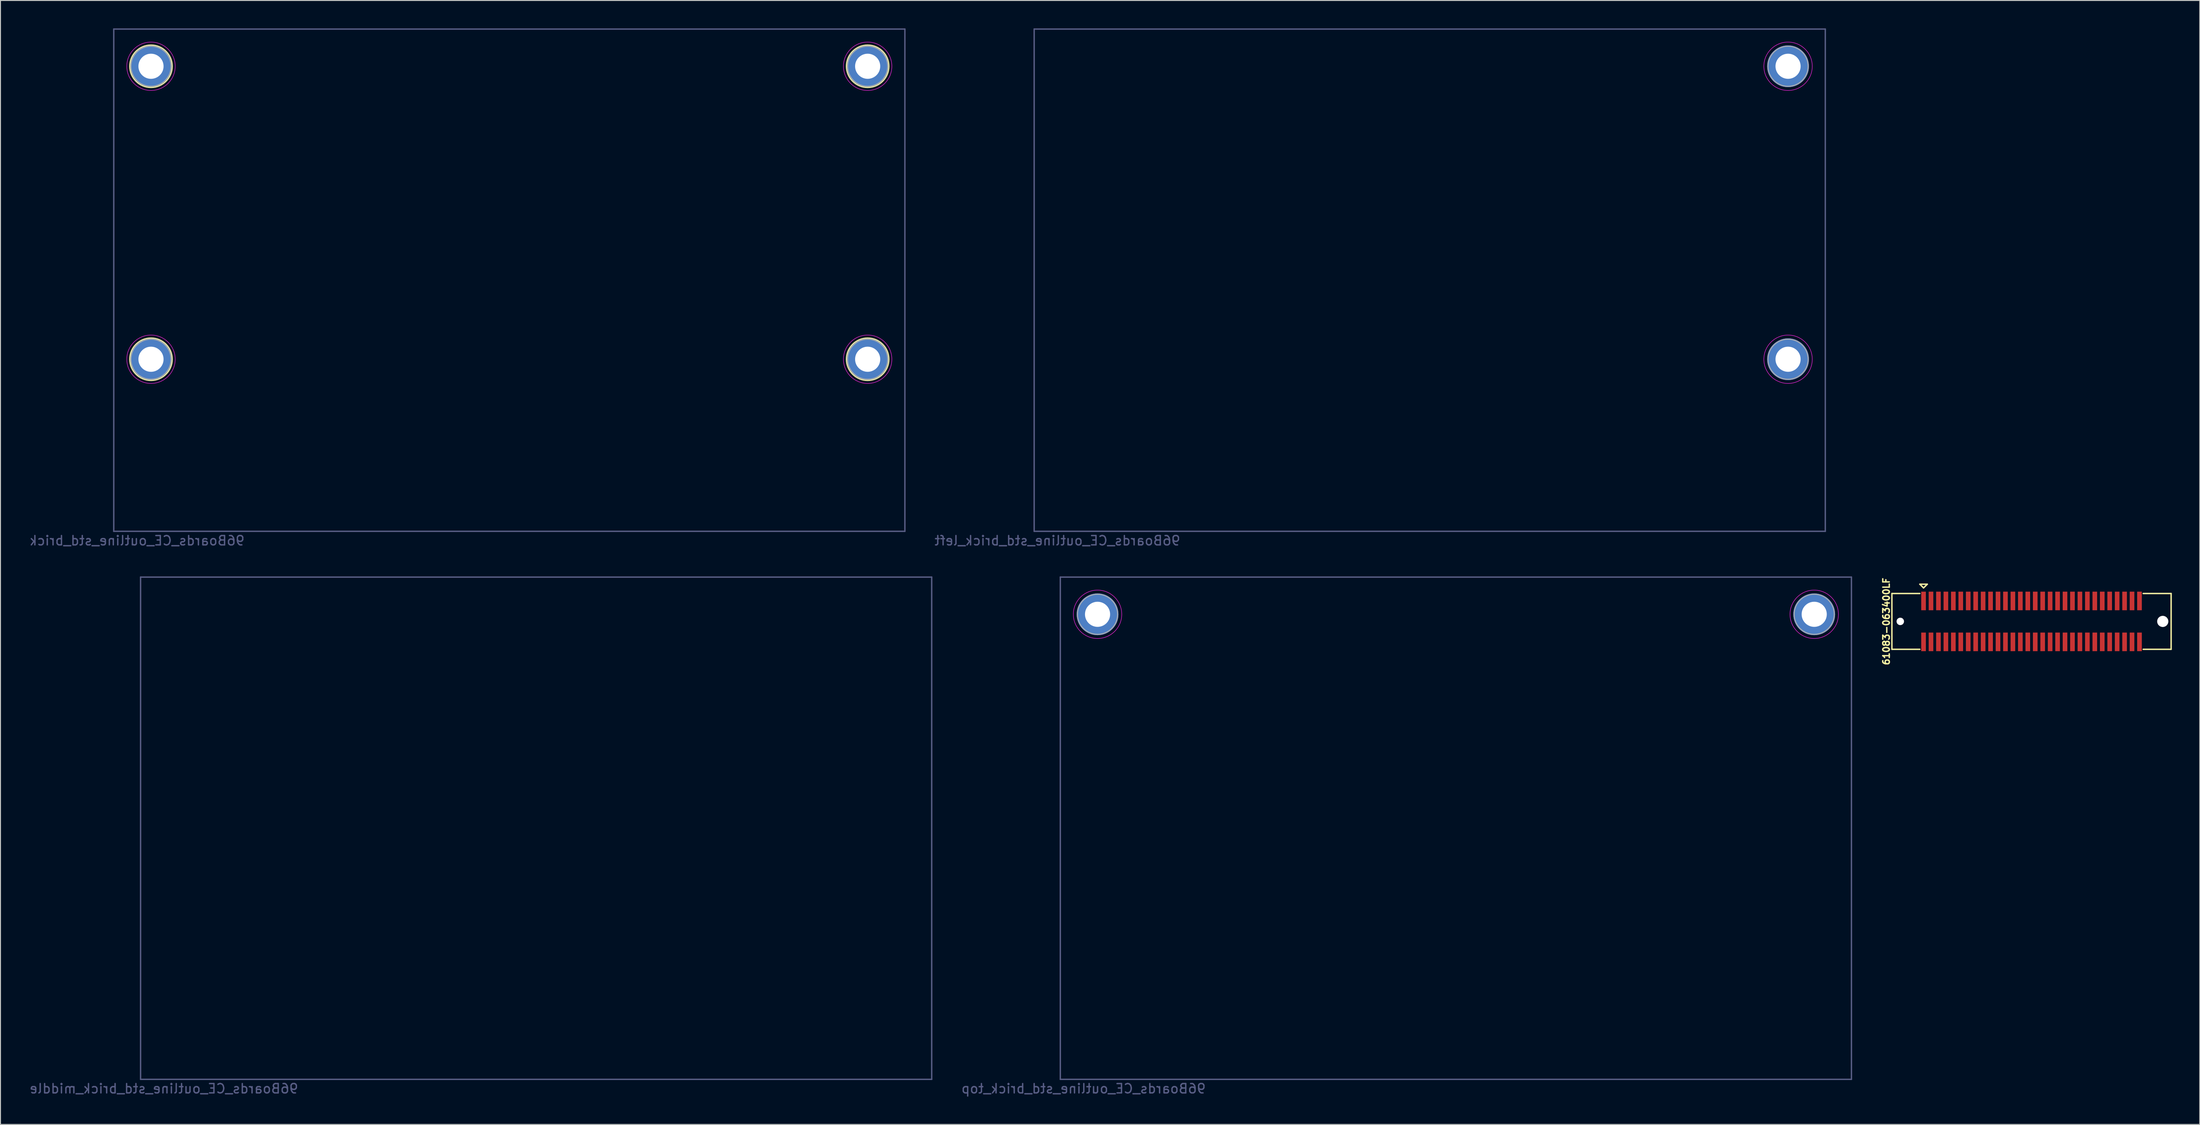
<source format=kicad_pcb>
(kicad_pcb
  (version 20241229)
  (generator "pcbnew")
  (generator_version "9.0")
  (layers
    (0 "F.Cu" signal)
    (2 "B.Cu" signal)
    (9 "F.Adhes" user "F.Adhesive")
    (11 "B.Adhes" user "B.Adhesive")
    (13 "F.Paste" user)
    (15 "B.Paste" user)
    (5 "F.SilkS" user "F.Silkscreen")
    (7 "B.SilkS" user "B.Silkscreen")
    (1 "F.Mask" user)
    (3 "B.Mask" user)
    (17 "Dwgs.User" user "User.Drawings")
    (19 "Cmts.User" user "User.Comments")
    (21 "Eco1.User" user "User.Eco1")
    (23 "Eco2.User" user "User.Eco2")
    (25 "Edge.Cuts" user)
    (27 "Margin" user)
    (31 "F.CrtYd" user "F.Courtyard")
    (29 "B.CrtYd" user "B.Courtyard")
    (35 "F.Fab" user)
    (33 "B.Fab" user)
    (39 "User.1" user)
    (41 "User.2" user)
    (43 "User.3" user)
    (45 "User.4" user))
  (footprint "61083-063400LF"
    (layer "F.Cu")
    (at 215.22 63.762)
    (property "Reference" "61083-063400LF" (at -15.6 0 270) (layer "F.SilkS") (effects (font (size 0.7 0.7) (thickness 0.15))))
    (attr through_hole)
    (fp_line (start -15 -3) (end -15 3) (stroke (width 0.152) (type solid)) (layer "F.SilkS"))
    (fp_line (start -15 -3) (end -12 -3) (stroke (width 0.152) (type solid)) (layer "F.SilkS"))
    (fp_line (start -15 3) (end -12 3) (stroke (width 0.152) (type solid)) (layer "F.SilkS"))
    (fp_line (start -12 -4) (end -11.6 -3.6) (stroke (width 0.152) (type solid)) (layer "F.SilkS"))
    (fp_line (start -11.6 -3.6) (end -11.2 -4) (stroke (width 0.152) (type solid)) (layer "F.SilkS"))
    (fp_line (start -11.2 -4) (end -12 -4) (stroke (width 0.152) (type solid)) (layer "F.SilkS"))
    (fp_line (start 15 -3) (end 12 -3) (stroke (width 0.152) (type solid)) (layer "F.SilkS"))
    (fp_line (start 15 -3) (end 15 3) (stroke (width 0.152) (type solid)) (layer "F.SilkS"))
    (fp_line (start 15 3) (end 12 3) (stroke (width 0.152) (type solid)) (layer "F.SilkS"))
    (pad "" np_thru_hole circle (at -14.1 0) (size 0.8 0.8) (drill 0.8) (layers "*.Cu" "*.Mask"))
    (pad "" np_thru_hole circle (at 14.1 0) (size 1.2 1.2) (drill 1.2) (layers "*.Cu" "*.Mask"))
    (pad "1" smd rect (at -11.6 -2.2) (size 0.5 2) (layers "F.Cu" "F.Mask" "F.Paste"))
    (pad "2" smd rect (at -11.6 2.2) (size 0.5 2) (layers "F.Cu" "F.Mask" "F.Paste"))
    (pad "3" smd rect (at -10.8 -2.2) (size 0.5 2) (layers "F.Cu" "F.Mask" "F.Paste"))
    (pad "4" smd rect (at -10.8 2.2) (size 0.5 2) (layers "F.Cu" "F.Mask" "F.Paste"))
    (pad "5" smd rect (at -10 -2.2) (size 0.5 2) (layers "F.Cu" "F.Mask" "F.Paste"))
    (pad "6" smd rect (at -10 2.2) (size 0.5 2) (layers "F.Cu" "F.Mask" "F.Paste"))
    (pad "7" smd rect (at -9.2 -2.2) (size 0.5 2) (layers "F.Cu" "F.Mask" "F.Paste"))
    (pad "8" smd rect (at -9.2 2.2) (size 0.5 2) (layers "F.Cu" "F.Mask" "F.Paste"))
    (pad "9" smd rect (at -8.4 -2.2) (size 0.5 2) (layers "F.Cu" "F.Mask" "F.Paste"))
    (pad "10" smd rect (at -8.4 2.2) (size 0.5 2) (layers "F.Cu" "F.Mask" "F.Paste"))
    (pad "11" smd rect (at -7.6 -2.2) (size 0.5 2) (layers "F.Cu" "F.Mask" "F.Paste"))
    (pad "12" smd rect (at -7.6 2.2) (size 0.5 2) (layers "F.Cu" "F.Mask" "F.Paste"))
    (pad "13" smd rect (at -6.8 -2.2) (size 0.5 2) (layers "F.Cu" "F.Mask" "F.Paste"))
    (pad "14" smd rect (at -6.8 2.2) (size 0.5 2) (layers "F.Cu" "F.Mask" "F.Paste"))
    (pad "15" smd rect (at -6 -2.2) (size 0.5 2) (layers "F.Cu" "F.Mask" "F.Paste"))
    (pad "16" smd rect (at -6 2.2) (size 0.5 2) (layers "F.Cu" "F.Mask" "F.Paste"))
    (pad "17" smd rect (at -5.2 -2.2) (size 0.5 2) (layers "F.Cu" "F.Mask" "F.Paste"))
    (pad "18" smd rect (at -5.2 2.2) (size 0.5 2) (layers "F.Cu" "F.Mask" "F.Paste"))
    (pad "19" smd rect (at -4.4 -2.2) (size 0.5 2) (layers "F.Cu" "F.Mask" "F.Paste"))
    (pad "20" smd rect (at -4.4 2.2) (size 0.5 2) (layers "F.Cu" "F.Mask" "F.Paste"))
    (pad "21" smd rect (at -3.6 -2.2) (size 0.5 2) (layers "F.Cu" "F.Mask" "F.Paste"))
    (pad "22" smd rect (at -3.6 2.2) (size 0.5 2) (layers "F.Cu" "F.Mask" "F.Paste"))
    (pad "23" smd rect (at -2.8 -2.2) (size 0.5 2) (layers "F.Cu" "F.Mask" "F.Paste"))
    (pad "24" smd rect (at -2.8 2.2) (size 0.5 2) (layers "F.Cu" "F.Mask" "F.Paste"))
    (pad "25" smd rect (at -2 -2.2) (size 0.5 2) (layers "F.Cu" "F.Mask" "F.Paste"))
    (pad "26" smd rect (at -2 2.2) (size 0.5 2) (layers "F.Cu" "F.Mask" "F.Paste"))
    (pad "27" smd rect (at -1.2 -2.2) (size 0.5 2) (layers "F.Cu" "F.Mask" "F.Paste"))
    (pad "28" smd rect (at -1.2 2.2) (size 0.5 2) (layers "F.Cu" "F.Mask" "F.Paste"))
    (pad "29" smd rect (at -0.4 -2.2) (size 0.5 2) (layers "F.Cu" "F.Mask" "F.Paste"))
    (pad "30" smd rect (at -0.4 2.2) (size 0.5 2) (layers "F.Cu" "F.Mask" "F.Paste"))
    (pad "31" smd rect (at 0.4 -2.2) (size 0.5 2) (layers "F.Cu" "F.Mask" "F.Paste"))
    (pad "32" smd rect (at 0.4 2.2) (size 0.5 2) (layers "F.Cu" "F.Mask" "F.Paste"))
    (pad "33" smd rect (at 1.2 -2.2) (size 0.5 2) (layers "F.Cu" "F.Mask" "F.Paste"))
    (pad "34" smd rect (at 1.2 2.2) (size 0.5 2) (layers "F.Cu" "F.Mask" "F.Paste"))
    (pad "35" smd rect (at 2 -2.2) (size 0.5 2) (layers "F.Cu" "F.Mask" "F.Paste"))
    (pad "36" smd rect (at 2 2.2) (size 0.5 2) (layers "F.Cu" "F.Mask" "F.Paste"))
    (pad "37" smd rect (at 2.8 -2.2) (size 0.5 2) (layers "F.Cu" "F.Mask" "F.Paste"))
    (pad "38" smd rect (at 2.8 2.2) (size 0.5 2) (layers "F.Cu" "F.Mask" "F.Paste"))
    (pad "39" smd rect (at 3.6 -2.2) (size 0.5 2) (layers "F.Cu" "F.Mask" "F.Paste"))
    (pad "40" smd rect (at 3.6 2.2) (size 0.5 2) (layers "F.Cu" "F.Mask" "F.Paste"))
    (pad "41" smd rect (at 4.4 -2.2) (size 0.5 2) (layers "F.Cu" "F.Mask" "F.Paste"))
    (pad "42" smd rect (at 4.4 2.2) (size 0.5 2) (layers "F.Cu" "F.Mask" "F.Paste"))
    (pad "43" smd rect (at 5.2 -2.2) (size 0.5 2) (layers "F.Cu" "F.Mask" "F.Paste"))
    (pad "44" smd rect (at 5.2 2.2) (size 0.5 2) (layers "F.Cu" "F.Mask" "F.Paste"))
    (pad "45" smd rect (at 6 -2.2) (size 0.5 2) (layers "F.Cu" "F.Mask" "F.Paste"))
    (pad "46" smd rect (at 6 2.2) (size 0.5 2) (layers "F.Cu" "F.Mask" "F.Paste"))
    (pad "47" smd rect (at 6.8 -2.2) (size 0.5 2) (layers "F.Cu" "F.Mask" "F.Paste"))
    (pad "48" smd rect (at 6.8 2.2) (size 0.5 2) (layers "F.Cu" "F.Mask" "F.Paste"))
    (pad "49" smd rect (at 7.6 -2.2) (size 0.5 2) (layers "F.Cu" "F.Mask" "F.Paste"))
    (pad "50" smd rect (at 7.6 2.2) (size 0.5 2) (layers "F.Cu" "F.Mask" "F.Paste"))
    (pad "51" smd rect (at 8.4 -2.2) (size 0.5 2) (layers "F.Cu" "F.Mask" "F.Paste"))
    (pad "52" smd rect (at 8.4 2.2) (size 0.5 2) (layers "F.Cu" "F.Mask" "F.Paste"))
    (pad "53" smd rect (at 9.2 -2.2) (size 0.5 2) (layers "F.Cu" "F.Mask" "F.Paste"))
    (pad "54" smd rect (at 9.2 2.2) (size 0.5 2) (layers "F.Cu" "F.Mask" "F.Paste"))
    (pad "55" smd rect (at 10 -2.2) (size 0.5 2) (layers "F.Cu" "F.Mask" "F.Paste"))
    (pad "56" smd rect (at 10 2.2) (size 0.5 2) (layers "F.Cu" "F.Mask" "F.Paste"))
    (pad "57" smd rect (at 10.8 -2.2) (size 0.5 2) (layers "F.Cu" "F.Mask" "F.Paste"))
    (pad "58" smd rect (at 10.8 2.2) (size 0.5 2) (layers "F.Cu" "F.Mask" "F.Paste"))
    (pad "59" smd rect (at 11.6 -2.2) (size 0.5 2) (layers "F.Cu" "F.Mask" "F.Paste"))
    (pad "60" smd rect (at 11.6 2.2) (size 0.5 2) (layers "F.Cu" "F.Mask" "F.Paste")))
  (footprint "96Boards_CE_outline_std_brick_top"
    (layer "F.Cu")
    (at 110.873 112.998)
    (property "Reference" "96Boards_CE_outline_std_brick_top" (at 2.5 1 0) (layer "B.Fab") (effects (font (size 1 1) (thickness 0.15)) (justify mirror)))
    (attr through_hole)
    (fp_circle (center 4 -50) (end 6.6 -50) (stroke (width 0.05) (type solid)) (fill no) (layer "F.CrtYd"))
    (fp_circle (center 81 -50) (end 83.6 -50) (stroke (width 0.05) (type solid)) (fill no) (layer "F.CrtYd"))
    (fp_line (start 0 -54) (end 85 -54) (stroke (width 0.15) (type solid)) (layer "B.Fab"))
    (fp_line (start 0 0) (end 0 -54) (stroke (width 0.15) (type solid)) (layer "B.Fab"))
    (fp_line (start 85 -54) (end 85 0) (stroke (width 0.15) (type solid)) (layer "B.Fab"))
    (fp_line (start 85 0) (end 0 0) (stroke (width 0.15) (type solid)) (layer "B.Fab"))
    (fp_circle (center 4 -50) (end 6 -49.2) (stroke (width 0.1) (type solid)) (fill no) (layer "F.Fab"))
    (fp_circle (center 81 -50) (end 83 -49.2) (stroke (width 0.1) (type solid)) (fill no) (layer "F.Fab"))
    (pad "1" thru_hole circle (at 4 -50) (size 4.5 4.5) (drill 2.7) (layers "*.Cu" "*.Mask"))
    (pad "1" thru_hole circle (at 81 -50) (size 4.5 4.5) (drill 2.7) (layers "*.Cu" "*.Mask")))
  (footprint "96Boards_CE_outline_std_brick_left"
    (layer "F.Cu")
    (at 108.063 54.075)
    (property "Reference" "96Boards_CE_outline_std_brick_left" (at 2.5 1 0) (layer "B.Fab") (effects (font (size 1 1) (thickness 0.15)) (justify mirror)))
    (attr through_hole)
    (fp_circle (center 81 -50) (end 83.6 -50) (stroke (width 0.05) (type solid)) (fill no) (layer "F.CrtYd"))
    (fp_circle (center 81 -18.5) (end 83.6 -18.5) (stroke (width 0.05) (type solid)) (fill no) (layer "F.CrtYd"))
    (fp_line (start 0 -54) (end 85 -54) (stroke (width 0.15) (type solid)) (layer "B.Fab"))
    (fp_line (start 0 0) (end 0 -54) (stroke (width 0.15) (type solid)) (layer "B.Fab"))
    (fp_line (start 85 -54) (end 85 0) (stroke (width 0.15) (type solid)) (layer "B.Fab"))
    (fp_line (start 85 0) (end 0 0) (stroke (width 0.15) (type solid)) (layer "B.Fab"))
    (fp_circle (center 81 -50) (end 83 -49.2) (stroke (width 0.1) (type solid)) (fill no) (layer "F.Fab"))
    (fp_circle (center 81 -18.5) (end 83 -17.7) (stroke (width 0.1) (type solid)) (fill no) (layer "F.Fab"))
    (pad "1" thru_hole circle (at 81 -50) (size 4.5 4.5) (drill 2.7) (layers "*.Cu" "*.Mask"))
    (pad "1" thru_hole circle (at 81 -18.5) (size 4.5 4.5) (drill 2.7) (layers "*.Cu" "*.Mask")))
  (footprint "96Boards_CE_outline_std_brick"
    (layer "F.Cu")
    (at 9.173 54.075)
    (property "Reference" "96Boards_CE_outline_std_brick" (at 2.5 1 0) (layer "B.Fab") (effects (font (size 1 1) (thickness 0.15)) (justify mirror)))
    (attr through_hole)
    (fp_circle (center 4 -50) (end 4 -52.286) (stroke (width 0.12) (type solid)) (fill no) (layer "F.SilkS"))
    (fp_circle (center 4 -18.5) (end 4 -20.786) (stroke (width 0.12) (type solid)) (fill no) (layer "F.SilkS"))
    (fp_circle (center 81 -50) (end 81 -52.286) (stroke (width 0.12) (type solid)) (fill no) (layer "F.SilkS"))
    (fp_circle (center 81 -18.5) (end 81 -20.786) (stroke (width 0.12) (type solid)) (fill no) (layer "F.SilkS"))
    (fp_circle (center 4 -50) (end 6.6 -50) (stroke (width 0.05) (type solid)) (fill no) (layer "F.CrtYd"))
    (fp_circle (center 4 -18.5) (end 6.6 -18.5) (stroke (width 0.05) (type solid)) (fill no) (layer "F.CrtYd"))
    (fp_circle (center 81 -50) (end 83.6 -50) (stroke (width 0.05) (type solid)) (fill no) (layer "F.CrtYd"))
    (fp_circle (center 81 -18.5) (end 83.6 -18.5) (stroke (width 0.05) (type solid)) (fill no) (layer "F.CrtYd"))
    (fp_line (start 0 -54) (end 85 -54) (stroke (width 0.15) (type solid)) (layer "B.Fab"))
    (fp_line (start 0 0) (end 0 -54) (stroke (width 0.15) (type solid)) (layer "B.Fab"))
    (fp_line (start 85 -54) (end 85 0) (stroke (width 0.15) (type solid)) (layer "B.Fab"))
    (fp_line (start 85 0) (end 0 0) (stroke (width 0.15) (type solid)) (layer "B.Fab"))
    (fp_circle (center 4 -50) (end 6 -49.2) (stroke (width 0.1) (type solid)) (fill no) (layer "F.Fab"))
    (fp_circle (center 4 -18.5) (end 6 -17.7) (stroke (width 0.1) (type solid)) (fill no) (layer "F.Fab"))
    (fp_circle (center 81 -50) (end 83 -49.2) (stroke (width 0.1) (type solid)) (fill no) (layer "F.Fab"))
    (fp_circle (center 81 -18.5) (end 83 -17.7) (stroke (width 0.1) (type solid)) (fill no) (layer "F.Fab"))
    (pad "1" thru_hole circle (at 4 -50) (size 4.5 4.5) (drill 2.7) (layers "*.Cu" "*.Mask"))
    (pad "1" thru_hole circle (at 4 -18.5) (size 4.5 4.5) (drill 2.7) (layers "*.Cu" "*.Mask"))
    (pad "1" thru_hole circle (at 81 -50) (size 4.5 4.5) (drill 2.7) (layers "*.Cu" "*.Mask"))
    (pad "1" thru_hole circle (at 81 -18.5) (size 4.5 4.5) (drill 2.7) (layers "*.Cu" "*.Mask")))
  (footprint "96Boards_CE_outline_std_brick_middle"
    (layer "F.Cu")
    (at 12.054 112.998)
    (property "Reference" "96Boards_CE_outline_std_brick_middle" (at 2.5 1 0) (layer "B.Fab") (effects (font (size 1 1) (thickness 0.15)) (justify mirror)))
    (attr through_hole)
    (fp_line (start 0 -54) (end 85 -54) (stroke (width 0.15) (type solid)) (layer "B.Fab"))
    (fp_line (start 0 0) (end 0 -54) (stroke (width 0.15) (type solid)) (layer "B.Fab"))
    (fp_line (start 85 -54) (end 85 0) (stroke (width 0.15) (type solid)) (layer "B.Fab"))
    (fp_line (start 85 0) (end 0 0) (stroke (width 0.15) (type solid)) (layer "B.Fab")))
  (gr_rect
    (start -3 -3)
    (end 233.297 117.847)
    (stroke (width 0.1) (type default))
    (fill no)
    (layer "Edge.Cuts")))
</source>
